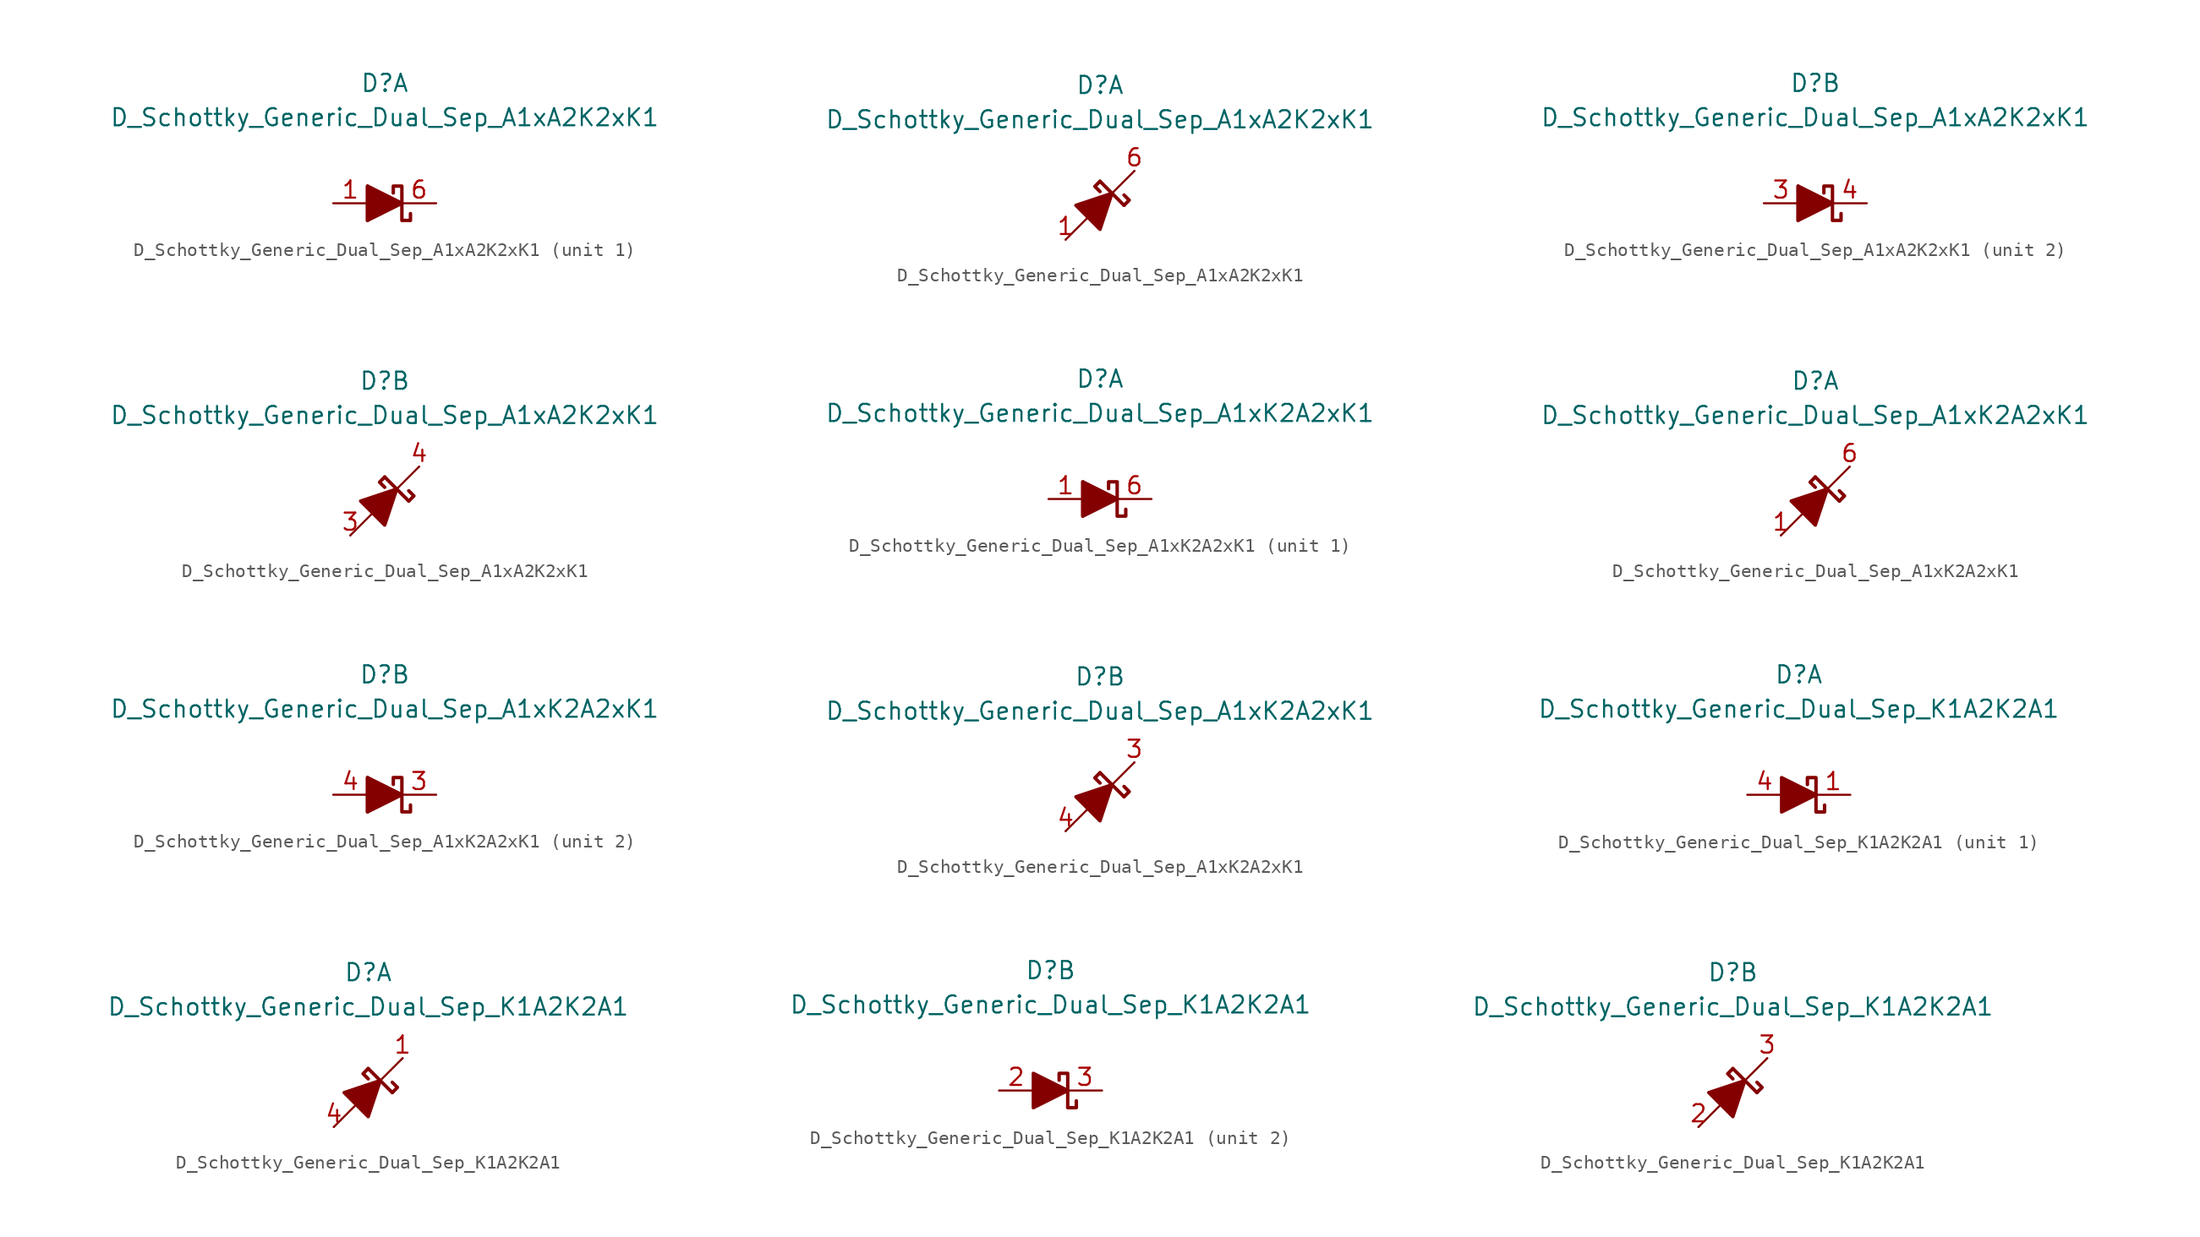
<source format=kicad_sym>
(kicad_symbol_lib
  (version 20231120)
  (generator "kicad_symbol_editor")
  (generator_version "8.0")
  (symbol "D_Schottky_Generic_Dual_Sep_A1xA2K2xK1"
    (pin_names
      (offset 1.016) hide)
    (property "Reference" "D"
      (at 0 8.89 0)
      (effects (font (size 1.27 1.27))))
    (property "Value" "D_Schottky_Generic_Dual_Sep_A1xA2K2xK1"
      (at 0 6.35 0)
      (effects (font (size 1.27 1.27))))
    (property "ki_locked" ""
      (at 0 0 0)
      (effects (font (size 1.27 1.27))))
    (symbol "D_Schottky_Generic_Dual_Sep_A1xA2K2xK1_0_1"
      (polyline (pts (xy -1.27 1.27) (xy -1.27 -1.27)) (stroke (width 0.254) (type default)) (fill (type none))))
    (symbol "D_Schottky_Generic_Dual_Sep_A1xA2K2xK1_0_2"
      (polyline (pts (xy -2.54 -2.54) (xy 2.54 2.54)) (stroke (width 0) (type default)) (fill (type none)))
      (polyline (pts (xy 0 1.778) (xy 1.778 0)) (stroke (width 0.254) (type default)) (fill (type none)))
      (polyline (pts (xy 0 1.778) (xy -0.381 1.397) (xy 0 1.016)) (stroke (width 0.254) (type default)) (fill (type none)))
      (polyline (pts (xy 1.778 0) (xy 2.159 0.381) (xy 1.778 0.762)) (stroke (width 0.254) (type default)) (fill (type none)))
      (polyline (pts (xy -0.889 -0.889) (xy -1.778 0) (xy 0.889 0.889) (xy 0 -1.778) (xy -0.889 -0.889)) (stroke (width 0.254) (type default)) (fill (type outline))))
    (symbol "D_Schottky_Generic_Dual_Sep_A1xA2K2xK1_1_1"
      (polyline (pts (xy -1.27 0) (xy 1.27 0)) (stroke (width 0) (type default)) (fill (type none)))
      (polyline (pts (xy -1.27 -1.27) (xy -1.27 1.27) (xy 1.27 0) (xy -1.27 -1.27)) (stroke (width 0.254) (type default)) (fill (type outline)))
      (polyline (pts (xy 0.635 0.762) (xy 0.635 1.27) (xy 1.27 1.27) (xy 1.27 -1.27) (xy 1.905 -1.27) (xy 1.905 -0.762)) (stroke (width 0.254) (type default)) (fill (type none)))
      (pin passive line (at -3.81 0 0) (length 2.54) (name "A1" (effects (font (size 1.27 1.27)))) (number "1" (effects (font (size 1.27 1.27)))))
      (pin free line (at 0 0 0) (length 2.54) hide (name "NC" (effects (font (size 1.27 1.27)))) (number "2" (effects (font (size 1.27 1.27)))))
      (pin passive line (at 3.81 0 180) (length 2.54) (name "K1" (effects (font (size 1.27 1.27)))) (number "6" (effects (font (size 1.27 1.27))))))
    (symbol "D_Schottky_Generic_Dual_Sep_A1xA2K2xK1_1_2"
      (pin passive line (at -2.54 -2.54 0) (length 0) (name "A" (effects (font (size 1.27 1.27)))) (number "1" (effects (font (size 1.27 1.27)))))
      (pin free line (at 0 0 0) (length 2.54) hide (name "NC" (effects (font (size 1.27 1.27)))) (number "2" (effects (font (size 1.27 1.27)))))
      (pin passive line (at 2.54 2.54 180) (length 0) (name "K" (effects (font (size 1.27 1.27)))) (number "6" (effects (font (size 1.27 1.27))))))
    (symbol "D_Schottky_Generic_Dual_Sep_A1xA2K2xK1_2_1"
      (polyline (pts (xy -1.27 0) (xy 1.27 0)) (stroke (width 0) (type default)) (fill (type none)))
      (polyline (pts (xy -1.27 -1.27) (xy -1.27 1.27) (xy 1.27 0) (xy -1.27 -1.27)) (stroke (width 0.254) (type default)) (fill (type outline)))
      (polyline (pts (xy 0.635 0.762) (xy 0.635 1.27) (xy 1.27 1.27) (xy 1.27 -1.27) (xy 1.905 -1.27) (xy 1.905 -0.762)) (stroke (width 0.254) (type default)) (fill (type none)))
      (pin passive line (at -3.81 0 0) (length 2.54) (name "A2" (effects (font (size 1.27 1.27)))) (number "3" (effects (font (size 1.27 1.27)))))
      (pin passive line (at 3.81 0 180) (length 2.54) (name "K2" (effects (font (size 1.27 1.27)))) (number "4" (effects (font (size 1.27 1.27)))))
      (pin free line (at 0 0 180) (length 2.54) hide (name "NC" (effects (font (size 1.27 1.27)))) (number "5" (effects (font (size 1.27 1.27))))))
    (symbol "D_Schottky_Generic_Dual_Sep_A1xA2K2xK1_2_2"
      (pin passive line (at -2.54 -2.54 0) (length 0) (name "A2" (effects (font (size 1.27 1.27)))) (number "3" (effects (font (size 1.27 1.27)))))
      (pin passive line (at 2.54 2.54 180) (length 0) (name "K2" (effects (font (size 1.27 1.27)))) (number "4" (effects (font (size 1.27 1.27)))))
      (pin free line (at 0 0 180) (length 2.54) hide (name "NC" (effects (font (size 1.27 1.27)))) (number "5" (effects (font (size 1.27 1.27)))))))
  (symbol "D_Schottky_Generic_Dual_Sep_A1xK2A2xK1"
    (pin_names
      (offset 1.016) hide)
    (property "Reference" "D"
      (at 0 8.89 0)
      (effects (font (size 1.27 1.27))))
    (property "Value" "D_Schottky_Generic_Dual_Sep_A1xK2A2xK1"
      (at 0 6.35 0)
      (effects (font (size 1.27 1.27))))
    (property "ki_locked" ""
      (at 0 0 0)
      (effects (font (size 1.27 1.27))))
    (symbol "D_Schottky_Generic_Dual_Sep_A1xK2A2xK1_0_1"
      (polyline (pts (xy -1.27 1.27) (xy -1.27 -1.27)) (stroke (width 0.254) (type default)) (fill (type none))))
    (symbol "D_Schottky_Generic_Dual_Sep_A1xK2A2xK1_0_2"
      (polyline (pts (xy -2.54 -2.54) (xy 2.54 2.54)) (stroke (width 0) (type default)) (fill (type none)))
      (polyline (pts (xy 0 1.778) (xy 1.778 0)) (stroke (width 0.254) (type default)) (fill (type none)))
      (polyline (pts (xy 0 1.778) (xy -0.381 1.397) (xy 0 1.016)) (stroke (width 0.254) (type default)) (fill (type none)))
      (polyline (pts (xy 1.778 0) (xy 2.159 0.381) (xy 1.778 0.762)) (stroke (width 0.254) (type default)) (fill (type none)))
      (polyline (pts (xy -0.889 -0.889) (xy -1.778 0) (xy 0.889 0.889) (xy 0 -1.778) (xy -0.889 -0.889)) (stroke (width 0.254) (type default)) (fill (type outline))))
    (symbol "D_Schottky_Generic_Dual_Sep_A1xK2A2xK1_1_1"
      (polyline (pts (xy -1.27 0) (xy 1.27 0)) (stroke (width 0) (type default)) (fill (type none)))
      (polyline (pts (xy -1.27 -1.27) (xy -1.27 1.27) (xy 1.27 0) (xy -1.27 -1.27)) (stroke (width 0.254) (type default)) (fill (type outline)))
      (polyline (pts (xy 0.635 0.762) (xy 0.635 1.27) (xy 1.27 1.27) (xy 1.27 -1.27) (xy 1.905 -1.27) (xy 1.905 -0.762)) (stroke (width 0.254) (type default)) (fill (type none)))
      (pin passive line (at -3.81 0 0) (length 2.54) (name "A1" (effects (font (size 1.27 1.27)))) (number "1" (effects (font (size 1.27 1.27)))))
      (pin free line (at 0 0 0) (length 2.54) hide (name "NC" (effects (font (size 1.27 1.27)))) (number "2" (effects (font (size 1.27 1.27)))))
      (pin passive line (at 3.81 0 180) (length 2.54) (name "K1" (effects (font (size 1.27 1.27)))) (number "6" (effects (font (size 1.27 1.27))))))
    (symbol "D_Schottky_Generic_Dual_Sep_A1xK2A2xK1_1_2"
      (pin passive line (at -2.54 -2.54 0) (length 0) (name "A" (effects (font (size 1.27 1.27)))) (number "1" (effects (font (size 1.27 1.27)))))
      (pin free line (at 0 0 0) (length 2.54) hide (name "NC" (effects (font (size 1.27 1.27)))) (number "2" (effects (font (size 1.27 1.27)))))
      (pin passive line (at 2.54 2.54 180) (length 0) (name "K" (effects (font (size 1.27 1.27)))) (number "6" (effects (font (size 1.27 1.27))))))
    (symbol "D_Schottky_Generic_Dual_Sep_A1xK2A2xK1_2_1"
      (polyline (pts (xy -1.27 0) (xy 1.27 0)) (stroke (width 0) (type default)) (fill (type none)))
      (polyline (pts (xy -1.27 -1.27) (xy -1.27 1.27) (xy 1.27 0) (xy -1.27 -1.27)) (stroke (width 0.254) (type default)) (fill (type outline)))
      (polyline (pts (xy 0.635 0.762) (xy 0.635 1.27) (xy 1.27 1.27) (xy 1.27 -1.27) (xy 1.905 -1.27) (xy 1.905 -0.762)) (stroke (width 0.254) (type default)) (fill (type none)))
      (pin passive line (at 3.81 0 180) (length 2.54) (name "K2" (effects (font (size 1.27 1.27)))) (number "3" (effects (font (size 1.27 1.27)))))
      (pin passive line (at -3.81 0 0) (length 2.54) (name "A2" (effects (font (size 1.27 1.27)))) (number "4" (effects (font (size 1.27 1.27)))))
      (pin free line (at 0 0 180) (length 2.54) hide (name "NC" (effects (font (size 1.27 1.27)))) (number "5" (effects (font (size 1.27 1.27))))))
    (symbol "D_Schottky_Generic_Dual_Sep_A1xK2A2xK1_2_2"
      (pin passive line (at 2.54 2.54 180) (length 0) (name "K2" (effects (font (size 1.27 1.27)))) (number "3" (effects (font (size 1.27 1.27)))))
      (pin passive line (at -2.54 -2.54 0) (length 0) (name "A2" (effects (font (size 1.27 1.27)))) (number "4" (effects (font (size 1.27 1.27)))))
      (pin free line (at 0 0 180) (length 2.54) hide (name "NC" (effects (font (size 1.27 1.27)))) (number "5" (effects (font (size 1.27 1.27)))))))
  (symbol "D_Schottky_Generic_Dual_Sep_K1A2K2A1"
    (pin_names
      (offset 1.016) hide)
    (property "Reference" "D"
      (at 0 8.89 0)
      (effects (font (size 1.27 1.27))))
    (property "Value" "D_Schottky_Generic_Dual_Sep_K1A2K2A1"
      (at 0 6.35 0)
      (effects (font (size 1.27 1.27))))
    (property "ki_locked" ""
      (at 0 0 0)
      (effects (font (size 1.27 1.27))))
    (symbol "D_Schottky_Generic_Dual_Sep_K1A2K2A1_0_2"
      (polyline (pts (xy -2.54 -2.54) (xy 2.54 2.54)) (stroke (width 0) (type default)) (fill (type none)))
      (polyline (pts (xy 0 1.778) (xy 1.778 0)) (stroke (width 0.254) (type default)) (fill (type none)))
      (polyline (pts (xy 0 1.778) (xy -0.381 1.397) (xy 0 1.016)) (stroke (width 0.254) (type default)) (fill (type none)))
      (polyline (pts (xy 1.778 0) (xy 2.159 0.381) (xy 1.778 0.762)) (stroke (width 0.254) (type default)) (fill (type none)))
      (polyline (pts (xy -0.889 -0.889) (xy -1.778 0) (xy 0.889 0.889) (xy 0 -1.778) (xy -0.889 -0.889)) (stroke (width 0.254) (type default)) (fill (type outline))))
    (symbol "D_Schottky_Generic_Dual_Sep_K1A2K2A1_1_1"
      (polyline (pts (xy -1.27 0) (xy 1.27 0)) (stroke (width 0) (type default)) (fill (type none)))
      (polyline (pts (xy -1.27 -1.27) (xy -1.27 1.27) (xy 1.27 0) (xy -1.27 -1.27)) (stroke (width 0.254) (type default)) (fill (type outline)))
      (polyline (pts (xy 0.635 0.762) (xy 0.635 1.27) (xy 1.27 1.27) (xy 1.27 -1.27) (xy 1.905 -1.27) (xy 1.905 -0.762)) (stroke (width 0.254) (type default)) (fill (type none)))
      (pin passive line (at 3.81 0 180) (length 2.54) (name "K1" (effects (font (size 1.27 1.27)))) (number "1" (effects (font (size 1.27 1.27)))))
      (pin passive line (at -3.81 0 0) (length 2.54) (name "A1" (effects (font (size 1.27 1.27)))) (number "4" (effects (font (size 1.27 1.27))))))
    (symbol "D_Schottky_Generic_Dual_Sep_K1A2K2A1_1_2"
      (pin passive line (at 2.54 2.54 180) (length 0) (name "K" (effects (font (size 1.27 1.27)))) (number "1" (effects (font (size 1.27 1.27)))))
      (pin passive line (at -2.54 -2.54 0) (length 0) (name "A" (effects (font (size 1.27 1.27)))) (number "4" (effects (font (size 1.27 1.27))))))
    (symbol "D_Schottky_Generic_Dual_Sep_K1A2K2A1_2_1"
      (polyline (pts (xy -1.27 0) (xy 1.27 0)) (stroke (width 0) (type default)) (fill (type none)))
      (polyline (pts (xy -1.27 -1.27) (xy -1.27 1.27) (xy 1.27 0) (xy -1.27 -1.27)) (stroke (width 0.254) (type default)) (fill (type outline)))
      (polyline (pts (xy 0.635 0.762) (xy 0.635 1.27) (xy 1.27 1.27) (xy 1.27 -1.27) (xy 1.905 -1.27) (xy 1.905 -0.762)) (stroke (width 0.254) (type default)) (fill (type none)))
      (pin passive line (at -3.81 0 0) (length 2.54) (name "A2" (effects (font (size 1.27 1.27)))) (number "2" (effects (font (size 1.27 1.27)))))
      (pin passive line (at 3.81 0 180) (length 2.54) (name "K2" (effects (font (size 1.27 1.27)))) (number "3" (effects (font (size 1.27 1.27))))))
    (symbol "D_Schottky_Generic_Dual_Sep_K1A2K2A1_2_2"
      (pin passive line (at -2.54 -2.54 0) (length 0) (name "A2" (effects (font (size 1.27 1.27)))) (number "2" (effects (font (size 1.27 1.27)))))
      (pin passive line (at 2.54 2.54 180) (length 0) (name "K2" (effects (font (size 1.27 1.27)))) (number "3" (effects (font (size 1.27 1.27))))))))
</source>
